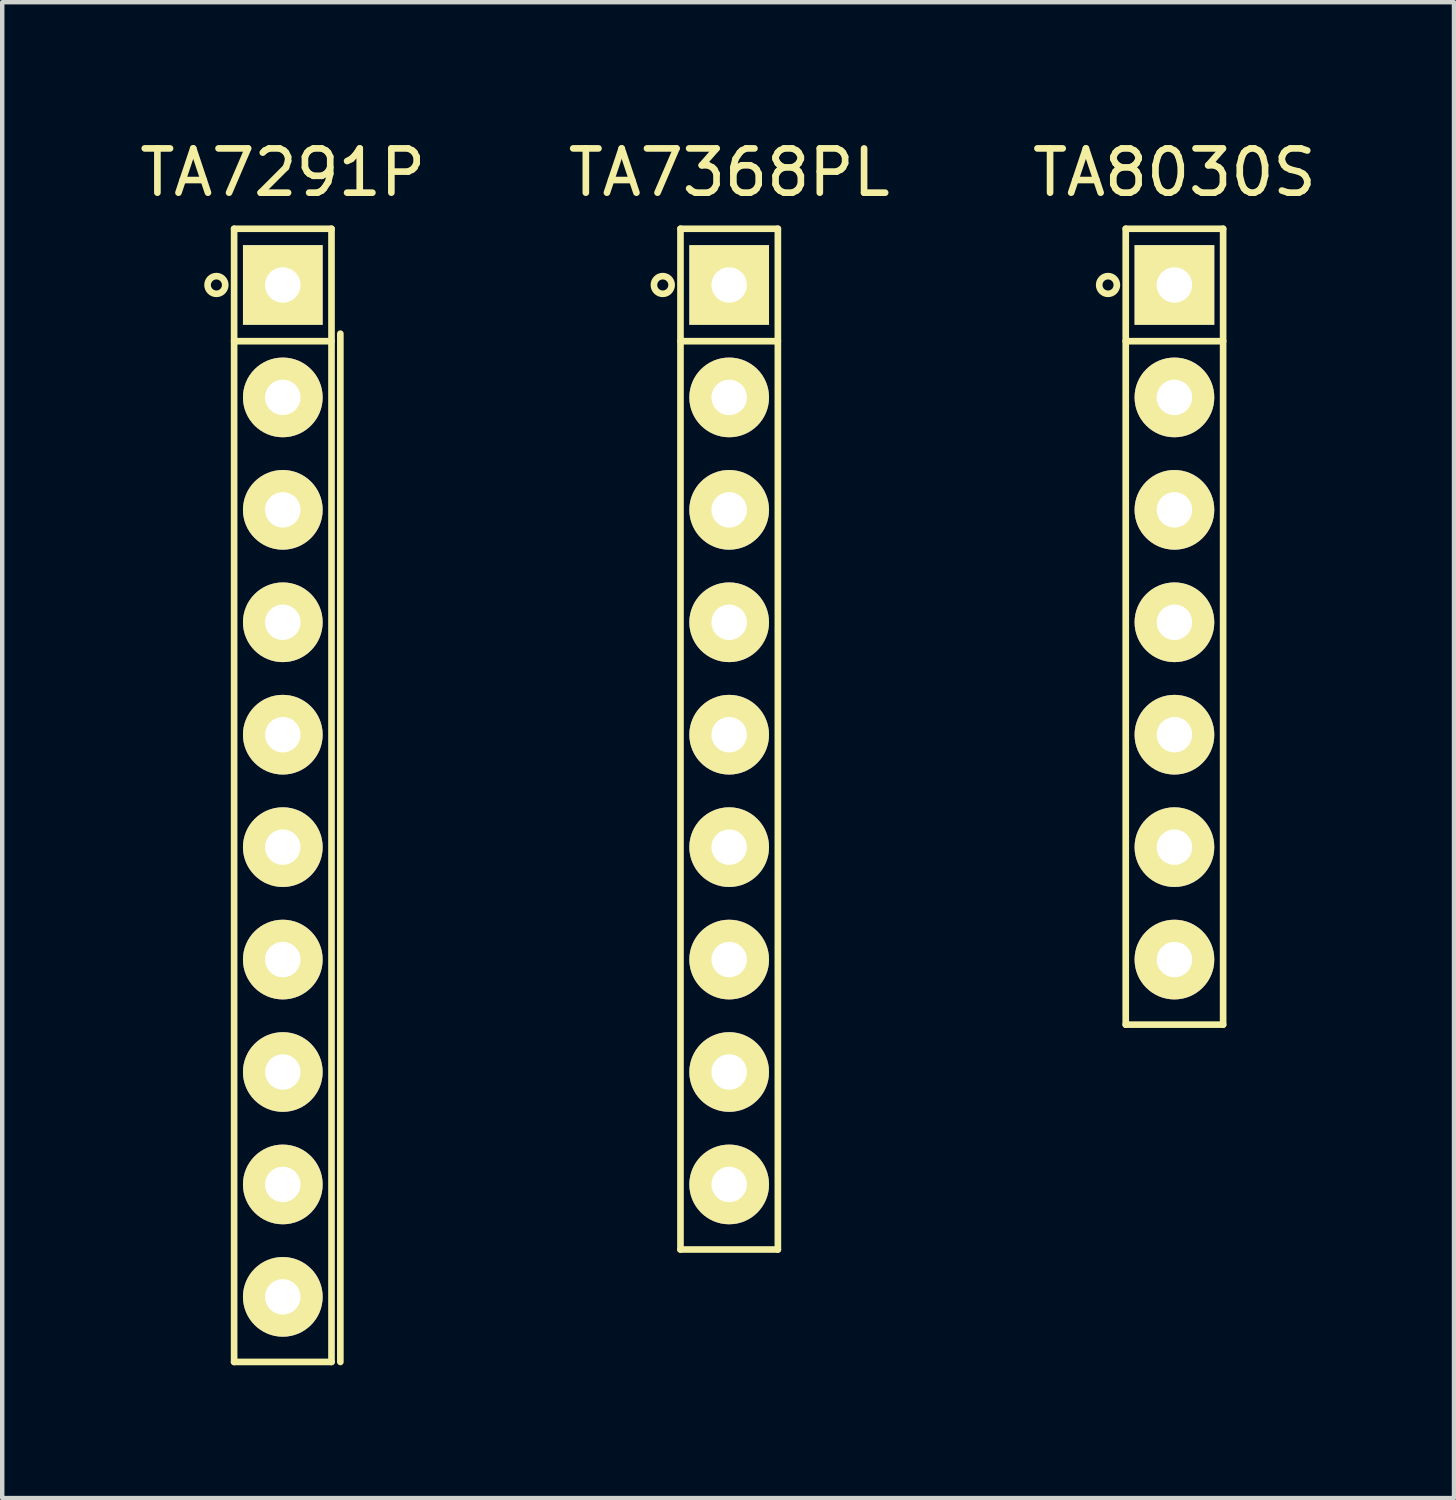
<source format=kicad_pcb>
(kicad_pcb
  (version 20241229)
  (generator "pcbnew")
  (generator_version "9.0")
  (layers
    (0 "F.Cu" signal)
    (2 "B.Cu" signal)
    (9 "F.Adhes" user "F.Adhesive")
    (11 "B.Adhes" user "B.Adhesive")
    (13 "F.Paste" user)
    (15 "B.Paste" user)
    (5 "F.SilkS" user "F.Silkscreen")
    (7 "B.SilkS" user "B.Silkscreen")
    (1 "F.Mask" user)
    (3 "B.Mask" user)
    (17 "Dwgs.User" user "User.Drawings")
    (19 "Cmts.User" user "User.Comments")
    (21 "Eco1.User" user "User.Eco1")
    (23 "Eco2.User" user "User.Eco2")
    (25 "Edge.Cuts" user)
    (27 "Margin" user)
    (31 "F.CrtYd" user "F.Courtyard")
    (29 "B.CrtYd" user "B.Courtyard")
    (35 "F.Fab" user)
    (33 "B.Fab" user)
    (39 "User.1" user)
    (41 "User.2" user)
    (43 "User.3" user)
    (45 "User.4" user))
  (footprint "TA7291P"
    (layer "F.Cu")
    (at 3.339 3.388)
    (property "Reference" "TA7291P" (at 0 -2.54 0) (layer "F.SilkS") (effects (font (size 1 1) (thickness 0.15))))
    (attr through_hole)
    (fp_line (start -1.1 -1.27) (end 1.1 -1.27) (stroke (width 0.15) (type solid)) (layer "F.SilkS"))
    (fp_line (start -1.1 1.27) (end 1.1 1.27) (stroke (width 0.15) (type solid)) (layer "F.SilkS"))
    (fp_line (start -1.1 24.33) (end -1.1 -1.27) (stroke (width 0.15) (type solid)) (layer "F.SilkS"))
    (fp_line (start 1.1 -1.27) (end 1.1 24.33) (stroke (width 0.15) (type solid)) (layer "F.SilkS"))
    (fp_line (start 1.1 24.33) (end -1.1 24.33) (stroke (width 0.15) (type solid)) (layer "F.SilkS"))
    (fp_line (start 1.3 1.1) (end 1.3 24.33) (stroke (width 0.15) (type solid)) (layer "F.SilkS"))
    (fp_circle (center -1.5 0) (end -1.5 0.2) (stroke (width 0.15) (type solid)) (fill no) (layer "F.SilkS"))
    (pad "1" thru_hole rect (at 0 0) (size 1.8 1.8) (drill 0.8) (layers "*.Cu" "*.Mask" "F.SilkS"))
    (pad "2" thru_hole circle (at 0 2.54) (size 1.8 1.8) (drill 0.8) (layers "*.Cu" "*.Mask" "F.SilkS"))
    (pad "3" thru_hole circle (at 0 5.08) (size 1.8 1.8) (drill 0.8) (layers "*.Cu" "*.Mask" "F.SilkS"))
    (pad "4" thru_hole circle (at 0 7.62) (size 1.8 1.8) (drill 0.8) (layers "*.Cu" "*.Mask" "F.SilkS"))
    (pad "5" thru_hole circle (at 0 10.16) (size 1.8 1.8) (drill 0.8) (layers "*.Cu" "*.Mask" "F.SilkS"))
    (pad "6" thru_hole circle (at 0 12.7) (size 1.8 1.8) (drill 0.8) (layers "*.Cu" "*.Mask" "F.SilkS"))
    (pad "7" thru_hole circle (at 0 15.24) (size 1.8 1.8) (drill 0.8) (layers "*.Cu" "*.Mask" "F.SilkS"))
    (pad "8" thru_hole circle (at 0 17.78) (size 1.8 1.8) (drill 0.8) (layers "*.Cu" "*.Mask" "F.SilkS"))
    (pad "9" thru_hole circle (at 0 20.32) (size 1.8 1.8) (drill 0.8) (layers "*.Cu" "*.Mask" "F.SilkS"))
    (pad "10" thru_hole circle (at 0 22.86) (size 1.8 1.8) (drill 0.8) (layers "*.Cu" "*.Mask" "F.SilkS")))
  (footprint "TA8030S"
    (layer "F.Cu")
    (at 23.482 3.388)
    (property "Reference" "TA8030S" (at 0 -2.54 0) (layer "F.SilkS") (effects (font (size 1 1) (thickness 0.15))))
    (attr through_hole)
    (fp_line (start -1.1 -1.27) (end 1.1 -1.27) (stroke (width 0.15) (type solid)) (layer "F.SilkS"))
    (fp_line (start -1.1 1.27) (end 1.1 1.27) (stroke (width 0.15) (type solid)) (layer "F.SilkS"))
    (fp_line (start -1.1 16.71) (end -1.1 -1.27) (stroke (width 0.15) (type solid)) (layer "F.SilkS"))
    (fp_line (start 1.1 -1.27) (end 1.1 16.71) (stroke (width 0.15) (type solid)) (layer "F.SilkS"))
    (fp_line (start 1.1 16.71) (end -1.1 16.71) (stroke (width 0.15) (type solid)) (layer "F.SilkS"))
    (fp_circle (center -1.5 0) (end -1.5 0.2) (stroke (width 0.15) (type solid)) (fill no) (layer "F.SilkS"))
    (pad "1" thru_hole rect (at 0 0) (size 1.8 1.8) (drill 0.8) (layers "*.Cu" "*.Mask" "F.SilkS"))
    (pad "2" thru_hole circle (at 0 2.54) (size 1.8 1.8) (drill 0.8) (layers "*.Cu" "*.Mask" "F.SilkS"))
    (pad "3" thru_hole circle (at 0 5.08) (size 1.8 1.8) (drill 0.8) (layers "*.Cu" "*.Mask" "F.SilkS"))
    (pad "4" thru_hole circle (at 0 7.62) (size 1.8 1.8) (drill 0.8) (layers "*.Cu" "*.Mask" "F.SilkS"))
    (pad "5" thru_hole circle (at 0 10.16) (size 1.8 1.8) (drill 0.8) (layers "*.Cu" "*.Mask" "F.SilkS"))
    (pad "6" thru_hole circle (at 0 12.7) (size 1.8 1.8) (drill 0.8) (layers "*.Cu" "*.Mask" "F.SilkS"))
    (pad "7" thru_hole circle (at 0 15.24) (size 1.8 1.8) (drill 0.8) (layers "*.Cu" "*.Mask" "F.SilkS")))
  (footprint "TA7368PL"
    (layer "F.Cu")
    (at 13.423 3.388)
    (property "Reference" "TA7368PL" (at 0 -2.54 0) (layer "F.SilkS") (effects (font (size 1 1) (thickness 0.15))))
    (attr through_hole)
    (fp_line (start -1.1 -1.27) (end 1.1 -1.27) (stroke (width 0.15) (type solid)) (layer "F.SilkS"))
    (fp_line (start -1.1 1.27) (end 1.1 1.27) (stroke (width 0.15) (type solid)) (layer "F.SilkS"))
    (fp_line (start -1.1 21.79) (end -1.1 -1.27) (stroke (width 0.15) (type solid)) (layer "F.SilkS"))
    (fp_line (start 1.1 -1.27) (end 1.1 21.79) (stroke (width 0.15) (type solid)) (layer "F.SilkS"))
    (fp_line (start 1.1 21.79) (end -1.1 21.79) (stroke (width 0.15) (type solid)) (layer "F.SilkS"))
    (fp_circle (center -1.5 0) (end -1.5 0.2) (stroke (width 0.15) (type solid)) (fill no) (layer "F.SilkS"))
    (pad "1" thru_hole rect (at 0 0) (size 1.8 1.8) (drill 0.8) (layers "*.Cu" "*.Mask" "F.SilkS"))
    (pad "2" thru_hole circle (at 0 2.54) (size 1.8 1.8) (drill 0.8) (layers "*.Cu" "*.Mask" "F.SilkS"))
    (pad "3" thru_hole circle (at 0 5.08) (size 1.8 1.8) (drill 0.8) (layers "*.Cu" "*.Mask" "F.SilkS"))
    (pad "4" thru_hole circle (at 0 7.62) (size 1.8 1.8) (drill 0.8) (layers "*.Cu" "*.Mask" "F.SilkS"))
    (pad "5" thru_hole circle (at 0 10.16) (size 1.8 1.8) (drill 0.8) (layers "*.Cu" "*.Mask" "F.SilkS"))
    (pad "6" thru_hole circle (at 0 12.7) (size 1.8 1.8) (drill 0.8) (layers "*.Cu" "*.Mask" "F.SilkS"))
    (pad "7" thru_hole circle (at 0 15.24) (size 1.8 1.8) (drill 0.8) (layers "*.Cu" "*.Mask" "F.SilkS"))
    (pad "8" thru_hole circle (at 0 17.78) (size 1.8 1.8) (drill 0.8) (layers "*.Cu" "*.Mask" "F.SilkS"))
    (pad "9" thru_hole circle (at 0 20.32) (size 1.8 1.8) (drill 0.8) (layers "*.Cu" "*.Mask" "F.SilkS")))
  (gr_rect
    (start -3 -3)
    (end 29.798 30.793)
    (stroke (width 0.1) (type default))
    (fill no)
    (layer "Edge.Cuts")))
</source>
